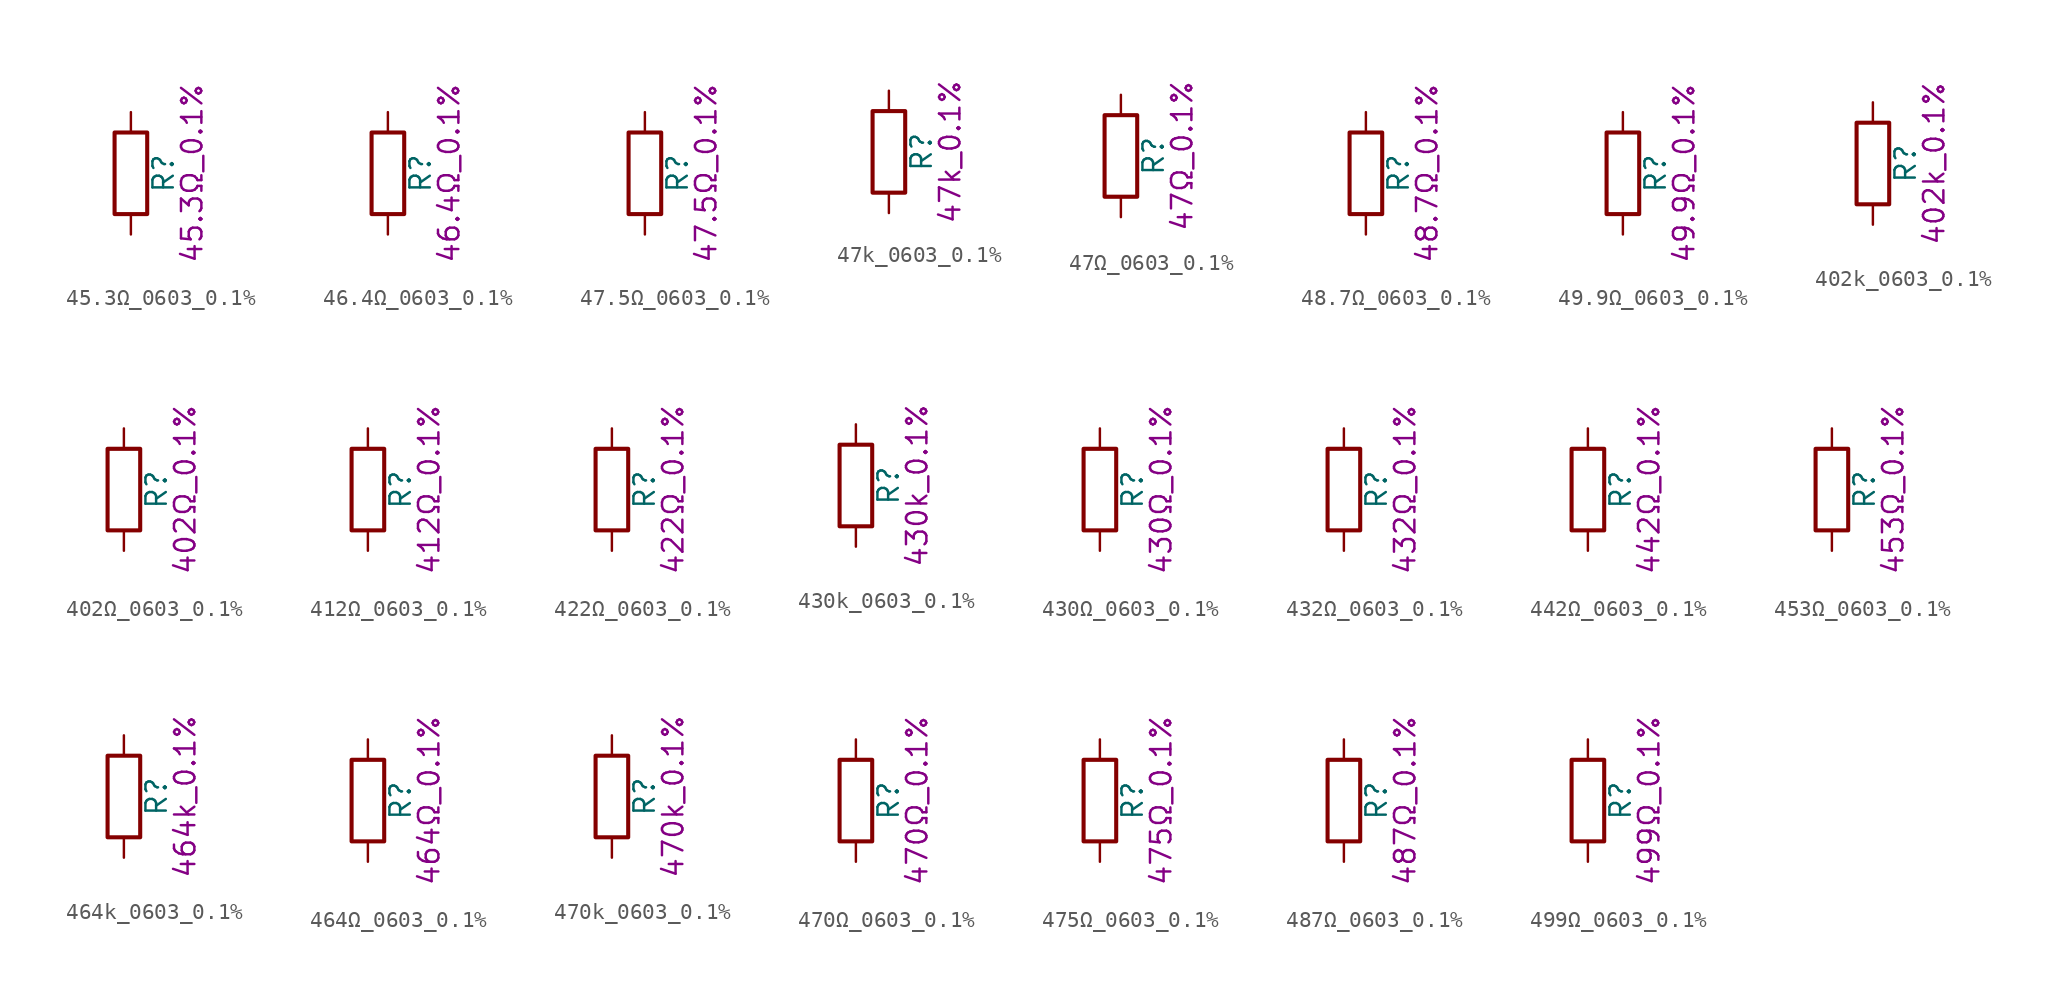
<source format=kicad_sym>
(kicad_symbol_lib
  (version 20211014)
  (generator kicad_symbol_editor)
  (symbol "45.3Ω_0603_0.1%"
    (pin_numbers hide)
    (pin_names
      (offset 0))
    (property "Reference" "R"
      (at 2.032 0 90)
      (effects (font (size 1.27 1.27))))
    (property "Display" "45.3Ω_0.1%"
      (at 3.81 0 90)
      (effects (font (size 1.27 1.27))))
    (symbol "45.3Ω_0603_0.1%_0_1"
      (rectangle (start -1.016 -2.54) (end 1.016 2.54) (stroke (width 0.254) (type default) (color 0 0 0 0)) (fill (type none))))
    (symbol "45.3Ω_0603_0.1%_1_1"
      (pin passive line (at 0 3.81 270) (length 1.27) (name "~" (effects (font (size 1.27 1.27)))) (number "1" (effects (font (size 1.27 1.27)))))
      (pin passive line (at 0 -3.81 90) (length 1.27) (name "~" (effects (font (size 1.27 1.27)))) (number "2" (effects (font (size 1.27 1.27)))))))
  (symbol "46.4Ω_0603_0.1%"
    (pin_numbers hide)
    (pin_names
      (offset 0))
    (property "Reference" "R"
      (at 2.032 0 90)
      (effects (font (size 1.27 1.27))))
    (property "Display" "46.4Ω_0.1%"
      (at 3.81 0 90)
      (effects (font (size 1.27 1.27))))
    (symbol "46.4Ω_0603_0.1%_0_1"
      (rectangle (start -1.016 -2.54) (end 1.016 2.54) (stroke (width 0.254) (type default) (color 0 0 0 0)) (fill (type none))))
    (symbol "46.4Ω_0603_0.1%_1_1"
      (pin passive line (at 0 3.81 270) (length 1.27) (name "~" (effects (font (size 1.27 1.27)))) (number "1" (effects (font (size 1.27 1.27)))))
      (pin passive line (at 0 -3.81 90) (length 1.27) (name "~" (effects (font (size 1.27 1.27)))) (number "2" (effects (font (size 1.27 1.27)))))))
  (symbol "47.5Ω_0603_0.1%"
    (pin_numbers hide)
    (pin_names
      (offset 0))
    (property "Reference" "R"
      (at 2.032 0 90)
      (effects (font (size 1.27 1.27))))
    (property "Display" "47.5Ω_0.1%"
      (at 3.81 0 90)
      (effects (font (size 1.27 1.27))))
    (symbol "47.5Ω_0603_0.1%_0_1"
      (rectangle (start -1.016 -2.54) (end 1.016 2.54) (stroke (width 0.254) (type default) (color 0 0 0 0)) (fill (type none))))
    (symbol "47.5Ω_0603_0.1%_1_1"
      (pin passive line (at 0 3.81 270) (length 1.27) (name "~" (effects (font (size 1.27 1.27)))) (number "1" (effects (font (size 1.27 1.27)))))
      (pin passive line (at 0 -3.81 90) (length 1.27) (name "~" (effects (font (size 1.27 1.27)))) (number "2" (effects (font (size 1.27 1.27)))))))
  (symbol "47k_0603_0.1%"
    (pin_numbers hide)
    (pin_names
      (offset 0))
    (property "Reference" "R"
      (at 2.032 0 90)
      (effects (font (size 1.27 1.27))))
    (property "Display" "47k_0.1%"
      (at 3.81 0 90)
      (effects (font (size 1.27 1.27))))
    (symbol "47k_0603_0.1%_0_1"
      (rectangle (start -1.016 -2.54) (end 1.016 2.54) (stroke (width 0.254) (type default) (color 0 0 0 0)) (fill (type none))))
    (symbol "47k_0603_0.1%_1_1"
      (pin passive line (at 0 3.81 270) (length 1.27) (name "~" (effects (font (size 1.27 1.27)))) (number "1" (effects (font (size 1.27 1.27)))))
      (pin passive line (at 0 -3.81 90) (length 1.27) (name "~" (effects (font (size 1.27 1.27)))) (number "2" (effects (font (size 1.27 1.27)))))))
  (symbol "47Ω_0603_0.1%"
    (pin_numbers hide)
    (pin_names
      (offset 0))
    (property "Reference" "R"
      (at 2.032 0 90)
      (effects (font (size 1.27 1.27))))
    (property "Display" "47Ω_0.1%"
      (at 3.81 0 90)
      (effects (font (size 1.27 1.27))))
    (symbol "47Ω_0603_0.1%_0_1"
      (rectangle (start -1.016 -2.54) (end 1.016 2.54) (stroke (width 0.254) (type default) (color 0 0 0 0)) (fill (type none))))
    (symbol "47Ω_0603_0.1%_1_1"
      (pin passive line (at 0 3.81 270) (length 1.27) (name "~" (effects (font (size 1.27 1.27)))) (number "1" (effects (font (size 1.27 1.27)))))
      (pin passive line (at 0 -3.81 90) (length 1.27) (name "~" (effects (font (size 1.27 1.27)))) (number "2" (effects (font (size 1.27 1.27)))))))
  (symbol "48.7Ω_0603_0.1%"
    (pin_numbers hide)
    (pin_names
      (offset 0))
    (property "Reference" "R"
      (at 2.032 0 90)
      (effects (font (size 1.27 1.27))))
    (property "Display" "48.7Ω_0.1%"
      (at 3.81 0 90)
      (effects (font (size 1.27 1.27))))
    (symbol "48.7Ω_0603_0.1%_0_1"
      (rectangle (start -1.016 -2.54) (end 1.016 2.54) (stroke (width 0.254) (type default) (color 0 0 0 0)) (fill (type none))))
    (symbol "48.7Ω_0603_0.1%_1_1"
      (pin passive line (at 0 3.81 270) (length 1.27) (name "~" (effects (font (size 1.27 1.27)))) (number "1" (effects (font (size 1.27 1.27)))))
      (pin passive line (at 0 -3.81 90) (length 1.27) (name "~" (effects (font (size 1.27 1.27)))) (number "2" (effects (font (size 1.27 1.27)))))))
  (symbol "49.9Ω_0603_0.1%"
    (pin_numbers hide)
    (pin_names
      (offset 0))
    (property "Reference" "R"
      (at 2.032 0 90)
      (effects (font (size 1.27 1.27))))
    (property "Display" "49.9Ω_0.1%"
      (at 3.81 0 90)
      (effects (font (size 1.27 1.27))))
    (symbol "49.9Ω_0603_0.1%_0_1"
      (rectangle (start -1.016 -2.54) (end 1.016 2.54) (stroke (width 0.254) (type default) (color 0 0 0 0)) (fill (type none))))
    (symbol "49.9Ω_0603_0.1%_1_1"
      (pin passive line (at 0 3.81 270) (length 1.27) (name "~" (effects (font (size 1.27 1.27)))) (number "1" (effects (font (size 1.27 1.27)))))
      (pin passive line (at 0 -3.81 90) (length 1.27) (name "~" (effects (font (size 1.27 1.27)))) (number "2" (effects (font (size 1.27 1.27)))))))
  (symbol "402k_0603_0.1%"
    (pin_numbers hide)
    (pin_names
      (offset 0))
    (property "Reference" "R"
      (at 2.032 0 90)
      (effects (font (size 1.27 1.27))))
    (property "Display" "402k_0.1%"
      (at 3.81 0 90)
      (effects (font (size 1.27 1.27))))
    (symbol "402k_0603_0.1%_0_1"
      (rectangle (start -1.016 -2.54) (end 1.016 2.54) (stroke (width 0.254) (type default) (color 0 0 0 0)) (fill (type none))))
    (symbol "402k_0603_0.1%_1_1"
      (pin passive line (at 0 3.81 270) (length 1.27) (name "~" (effects (font (size 1.27 1.27)))) (number "1" (effects (font (size 1.27 1.27)))))
      (pin passive line (at 0 -3.81 90) (length 1.27) (name "~" (effects (font (size 1.27 1.27)))) (number "2" (effects (font (size 1.27 1.27)))))))
  (symbol "402Ω_0603_0.1%"
    (pin_numbers hide)
    (pin_names
      (offset 0))
    (property "Reference" "R"
      (at 2.032 0 90)
      (effects (font (size 1.27 1.27))))
    (property "Display" "402Ω_0.1%"
      (at 3.81 0 90)
      (effects (font (size 1.27 1.27))))
    (symbol "402Ω_0603_0.1%_0_1"
      (rectangle (start -1.016 -2.54) (end 1.016 2.54) (stroke (width 0.254) (type default) (color 0 0 0 0)) (fill (type none))))
    (symbol "402Ω_0603_0.1%_1_1"
      (pin passive line (at 0 3.81 270) (length 1.27) (name "~" (effects (font (size 1.27 1.27)))) (number "1" (effects (font (size 1.27 1.27)))))
      (pin passive line (at 0 -3.81 90) (length 1.27) (name "~" (effects (font (size 1.27 1.27)))) (number "2" (effects (font (size 1.27 1.27)))))))
  (symbol "412Ω_0603_0.1%"
    (pin_numbers hide)
    (pin_names
      (offset 0))
    (property "Reference" "R"
      (at 2.032 0 90)
      (effects (font (size 1.27 1.27))))
    (property "Display" "412Ω_0.1%"
      (at 3.81 0 90)
      (effects (font (size 1.27 1.27))))
    (symbol "412Ω_0603_0.1%_0_1"
      (rectangle (start -1.016 -2.54) (end 1.016 2.54) (stroke (width 0.254) (type default) (color 0 0 0 0)) (fill (type none))))
    (symbol "412Ω_0603_0.1%_1_1"
      (pin passive line (at 0 3.81 270) (length 1.27) (name "~" (effects (font (size 1.27 1.27)))) (number "1" (effects (font (size 1.27 1.27)))))
      (pin passive line (at 0 -3.81 90) (length 1.27) (name "~" (effects (font (size 1.27 1.27)))) (number "2" (effects (font (size 1.27 1.27)))))))
  (symbol "422Ω_0603_0.1%"
    (pin_numbers hide)
    (pin_names
      (offset 0))
    (property "Reference" "R"
      (at 2.032 0 90)
      (effects (font (size 1.27 1.27))))
    (property "Display" "422Ω_0.1%"
      (at 3.81 0 90)
      (effects (font (size 1.27 1.27))))
    (symbol "422Ω_0603_0.1%_0_1"
      (rectangle (start -1.016 -2.54) (end 1.016 2.54) (stroke (width 0.254) (type default) (color 0 0 0 0)) (fill (type none))))
    (symbol "422Ω_0603_0.1%_1_1"
      (pin passive line (at 0 3.81 270) (length 1.27) (name "~" (effects (font (size 1.27 1.27)))) (number "1" (effects (font (size 1.27 1.27)))))
      (pin passive line (at 0 -3.81 90) (length 1.27) (name "~" (effects (font (size 1.27 1.27)))) (number "2" (effects (font (size 1.27 1.27)))))))
  (symbol "430k_0603_0.1%"
    (pin_numbers hide)
    (pin_names
      (offset 0))
    (property "Reference" "R"
      (at 2.032 0 90)
      (effects (font (size 1.27 1.27))))
    (property "Display" "430k_0.1%"
      (at 3.81 0 90)
      (effects (font (size 1.27 1.27))))
    (symbol "430k_0603_0.1%_0_1"
      (rectangle (start -1.016 -2.54) (end 1.016 2.54) (stroke (width 0.254) (type default) (color 0 0 0 0)) (fill (type none))))
    (symbol "430k_0603_0.1%_1_1"
      (pin passive line (at 0 3.81 270) (length 1.27) (name "~" (effects (font (size 1.27 1.27)))) (number "1" (effects (font (size 1.27 1.27)))))
      (pin passive line (at 0 -3.81 90) (length 1.27) (name "~" (effects (font (size 1.27 1.27)))) (number "2" (effects (font (size 1.27 1.27)))))))
  (symbol "430Ω_0603_0.1%"
    (pin_numbers hide)
    (pin_names
      (offset 0))
    (property "Reference" "R"
      (at 2.032 0 90)
      (effects (font (size 1.27 1.27))))
    (property "Display" "430Ω_0.1%"
      (at 3.81 0 90)
      (effects (font (size 1.27 1.27))))
    (symbol "430Ω_0603_0.1%_0_1"
      (rectangle (start -1.016 -2.54) (end 1.016 2.54) (stroke (width 0.254) (type default) (color 0 0 0 0)) (fill (type none))))
    (symbol "430Ω_0603_0.1%_1_1"
      (pin passive line (at 0 3.81 270) (length 1.27) (name "~" (effects (font (size 1.27 1.27)))) (number "1" (effects (font (size 1.27 1.27)))))
      (pin passive line (at 0 -3.81 90) (length 1.27) (name "~" (effects (font (size 1.27 1.27)))) (number "2" (effects (font (size 1.27 1.27)))))))
  (symbol "432Ω_0603_0.1%"
    (pin_numbers hide)
    (pin_names
      (offset 0))
    (property "Reference" "R"
      (at 2.032 0 90)
      (effects (font (size 1.27 1.27))))
    (property "Display" "432Ω_0.1%"
      (at 3.81 0 90)
      (effects (font (size 1.27 1.27))))
    (symbol "432Ω_0603_0.1%_0_1"
      (rectangle (start -1.016 -2.54) (end 1.016 2.54) (stroke (width 0.254) (type default) (color 0 0 0 0)) (fill (type none))))
    (symbol "432Ω_0603_0.1%_1_1"
      (pin passive line (at 0 3.81 270) (length 1.27) (name "~" (effects (font (size 1.27 1.27)))) (number "1" (effects (font (size 1.27 1.27)))))
      (pin passive line (at 0 -3.81 90) (length 1.27) (name "~" (effects (font (size 1.27 1.27)))) (number "2" (effects (font (size 1.27 1.27)))))))
  (symbol "442Ω_0603_0.1%"
    (pin_numbers hide)
    (pin_names
      (offset 0))
    (property "Reference" "R"
      (at 2.032 0 90)
      (effects (font (size 1.27 1.27))))
    (property "Display" "442Ω_0.1%"
      (at 3.81 0 90)
      (effects (font (size 1.27 1.27))))
    (symbol "442Ω_0603_0.1%_0_1"
      (rectangle (start -1.016 -2.54) (end 1.016 2.54) (stroke (width 0.254) (type default) (color 0 0 0 0)) (fill (type none))))
    (symbol "442Ω_0603_0.1%_1_1"
      (pin passive line (at 0 3.81 270) (length 1.27) (name "~" (effects (font (size 1.27 1.27)))) (number "1" (effects (font (size 1.27 1.27)))))
      (pin passive line (at 0 -3.81 90) (length 1.27) (name "~" (effects (font (size 1.27 1.27)))) (number "2" (effects (font (size 1.27 1.27)))))))
  (symbol "453Ω_0603_0.1%"
    (pin_numbers hide)
    (pin_names
      (offset 0))
    (property "Reference" "R"
      (at 2.032 0 90)
      (effects (font (size 1.27 1.27))))
    (property "Display" "453Ω_0.1%"
      (at 3.81 0 90)
      (effects (font (size 1.27 1.27))))
    (symbol "453Ω_0603_0.1%_0_1"
      (rectangle (start -1.016 -2.54) (end 1.016 2.54) (stroke (width 0.254) (type default) (color 0 0 0 0)) (fill (type none))))
    (symbol "453Ω_0603_0.1%_1_1"
      (pin passive line (at 0 3.81 270) (length 1.27) (name "~" (effects (font (size 1.27 1.27)))) (number "1" (effects (font (size 1.27 1.27)))))
      (pin passive line (at 0 -3.81 90) (length 1.27) (name "~" (effects (font (size 1.27 1.27)))) (number "2" (effects (font (size 1.27 1.27)))))))
  (symbol "464k_0603_0.1%"
    (pin_numbers hide)
    (pin_names
      (offset 0))
    (property "Reference" "R"
      (at 2.032 0 90)
      (effects (font (size 1.27 1.27))))
    (property "Display" "464k_0.1%"
      (at 3.81 0 90)
      (effects (font (size 1.27 1.27))))
    (symbol "464k_0603_0.1%_0_1"
      (rectangle (start -1.016 -2.54) (end 1.016 2.54) (stroke (width 0.254) (type default) (color 0 0 0 0)) (fill (type none))))
    (symbol "464k_0603_0.1%_1_1"
      (pin passive line (at 0 3.81 270) (length 1.27) (name "~" (effects (font (size 1.27 1.27)))) (number "1" (effects (font (size 1.27 1.27)))))
      (pin passive line (at 0 -3.81 90) (length 1.27) (name "~" (effects (font (size 1.27 1.27)))) (number "2" (effects (font (size 1.27 1.27)))))))
  (symbol "464Ω_0603_0.1%"
    (pin_numbers hide)
    (pin_names
      (offset 0))
    (property "Reference" "R"
      (at 2.032 0 90)
      (effects (font (size 1.27 1.27))))
    (property "Display" "464Ω_0.1%"
      (at 3.81 0 90)
      (effects (font (size 1.27 1.27))))
    (symbol "464Ω_0603_0.1%_0_1"
      (rectangle (start -1.016 -2.54) (end 1.016 2.54) (stroke (width 0.254) (type default) (color 0 0 0 0)) (fill (type none))))
    (symbol "464Ω_0603_0.1%_1_1"
      (pin passive line (at 0 3.81 270) (length 1.27) (name "~" (effects (font (size 1.27 1.27)))) (number "1" (effects (font (size 1.27 1.27)))))
      (pin passive line (at 0 -3.81 90) (length 1.27) (name "~" (effects (font (size 1.27 1.27)))) (number "2" (effects (font (size 1.27 1.27)))))))
  (symbol "470k_0603_0.1%"
    (pin_numbers hide)
    (pin_names
      (offset 0))
    (property "Reference" "R"
      (at 2.032 0 90)
      (effects (font (size 1.27 1.27))))
    (property "Display" "470k_0.1%"
      (at 3.81 0 90)
      (effects (font (size 1.27 1.27))))
    (symbol "470k_0603_0.1%_0_1"
      (rectangle (start -1.016 -2.54) (end 1.016 2.54) (stroke (width 0.254) (type default) (color 0 0 0 0)) (fill (type none))))
    (symbol "470k_0603_0.1%_1_1"
      (pin passive line (at 0 3.81 270) (length 1.27) (name "~" (effects (font (size 1.27 1.27)))) (number "1" (effects (font (size 1.27 1.27)))))
      (pin passive line (at 0 -3.81 90) (length 1.27) (name "~" (effects (font (size 1.27 1.27)))) (number "2" (effects (font (size 1.27 1.27)))))))
  (symbol "470Ω_0603_0.1%"
    (pin_numbers hide)
    (pin_names
      (offset 0))
    (property "Reference" "R"
      (at 2.032 0 90)
      (effects (font (size 1.27 1.27))))
    (property "Display" "470Ω_0.1%"
      (at 3.81 0 90)
      (effects (font (size 1.27 1.27))))
    (symbol "470Ω_0603_0.1%_0_1"
      (rectangle (start -1.016 -2.54) (end 1.016 2.54) (stroke (width 0.254) (type default) (color 0 0 0 0)) (fill (type none))))
    (symbol "470Ω_0603_0.1%_1_1"
      (pin passive line (at 0 3.81 270) (length 1.27) (name "~" (effects (font (size 1.27 1.27)))) (number "1" (effects (font (size 1.27 1.27)))))
      (pin passive line (at 0 -3.81 90) (length 1.27) (name "~" (effects (font (size 1.27 1.27)))) (number "2" (effects (font (size 1.27 1.27)))))))
  (symbol "475Ω_0603_0.1%"
    (pin_numbers hide)
    (pin_names
      (offset 0))
    (property "Reference" "R"
      (at 2.032 0 90)
      (effects (font (size 1.27 1.27))))
    (property "Display" "475Ω_0.1%"
      (at 3.81 0 90)
      (effects (font (size 1.27 1.27))))
    (symbol "475Ω_0603_0.1%_0_1"
      (rectangle (start -1.016 -2.54) (end 1.016 2.54) (stroke (width 0.254) (type default) (color 0 0 0 0)) (fill (type none))))
    (symbol "475Ω_0603_0.1%_1_1"
      (pin passive line (at 0 3.81 270) (length 1.27) (name "~" (effects (font (size 1.27 1.27)))) (number "1" (effects (font (size 1.27 1.27)))))
      (pin passive line (at 0 -3.81 90) (length 1.27) (name "~" (effects (font (size 1.27 1.27)))) (number "2" (effects (font (size 1.27 1.27)))))))
  (symbol "487Ω_0603_0.1%"
    (pin_numbers hide)
    (pin_names
      (offset 0))
    (property "Reference" "R"
      (at 2.032 0 90)
      (effects (font (size 1.27 1.27))))
    (property "Display" "487Ω_0.1%"
      (at 3.81 0 90)
      (effects (font (size 1.27 1.27))))
    (symbol "487Ω_0603_0.1%_0_1"
      (rectangle (start -1.016 -2.54) (end 1.016 2.54) (stroke (width 0.254) (type default) (color 0 0 0 0)) (fill (type none))))
    (symbol "487Ω_0603_0.1%_1_1"
      (pin passive line (at 0 3.81 270) (length 1.27) (name "~" (effects (font (size 1.27 1.27)))) (number "1" (effects (font (size 1.27 1.27)))))
      (pin passive line (at 0 -3.81 90) (length 1.27) (name "~" (effects (font (size 1.27 1.27)))) (number "2" (effects (font (size 1.27 1.27)))))))
  (symbol "499Ω_0603_0.1%"
    (pin_numbers hide)
    (pin_names
      (offset 0))
    (property "Reference" "R"
      (at 2.032 0 90)
      (effects (font (size 1.27 1.27))))
    (property "Display" "499Ω_0.1%"
      (at 3.81 0 90)
      (effects (font (size 1.27 1.27))))
    (symbol "499Ω_0603_0.1%_0_1"
      (rectangle (start -1.016 -2.54) (end 1.016 2.54) (stroke (width 0.254) (type default) (color 0 0 0 0)) (fill (type none))))
    (symbol "499Ω_0603_0.1%_1_1"
      (pin passive line (at 0 3.81 270) (length 1.27) (name "~" (effects (font (size 1.27 1.27)))) (number "1" (effects (font (size 1.27 1.27)))))
      (pin passive line (at 0 -3.81 90) (length 1.27) (name "~" (effects (font (size 1.27 1.27)))) (number "2" (effects (font (size 1.27 1.27))))))))
</source>
